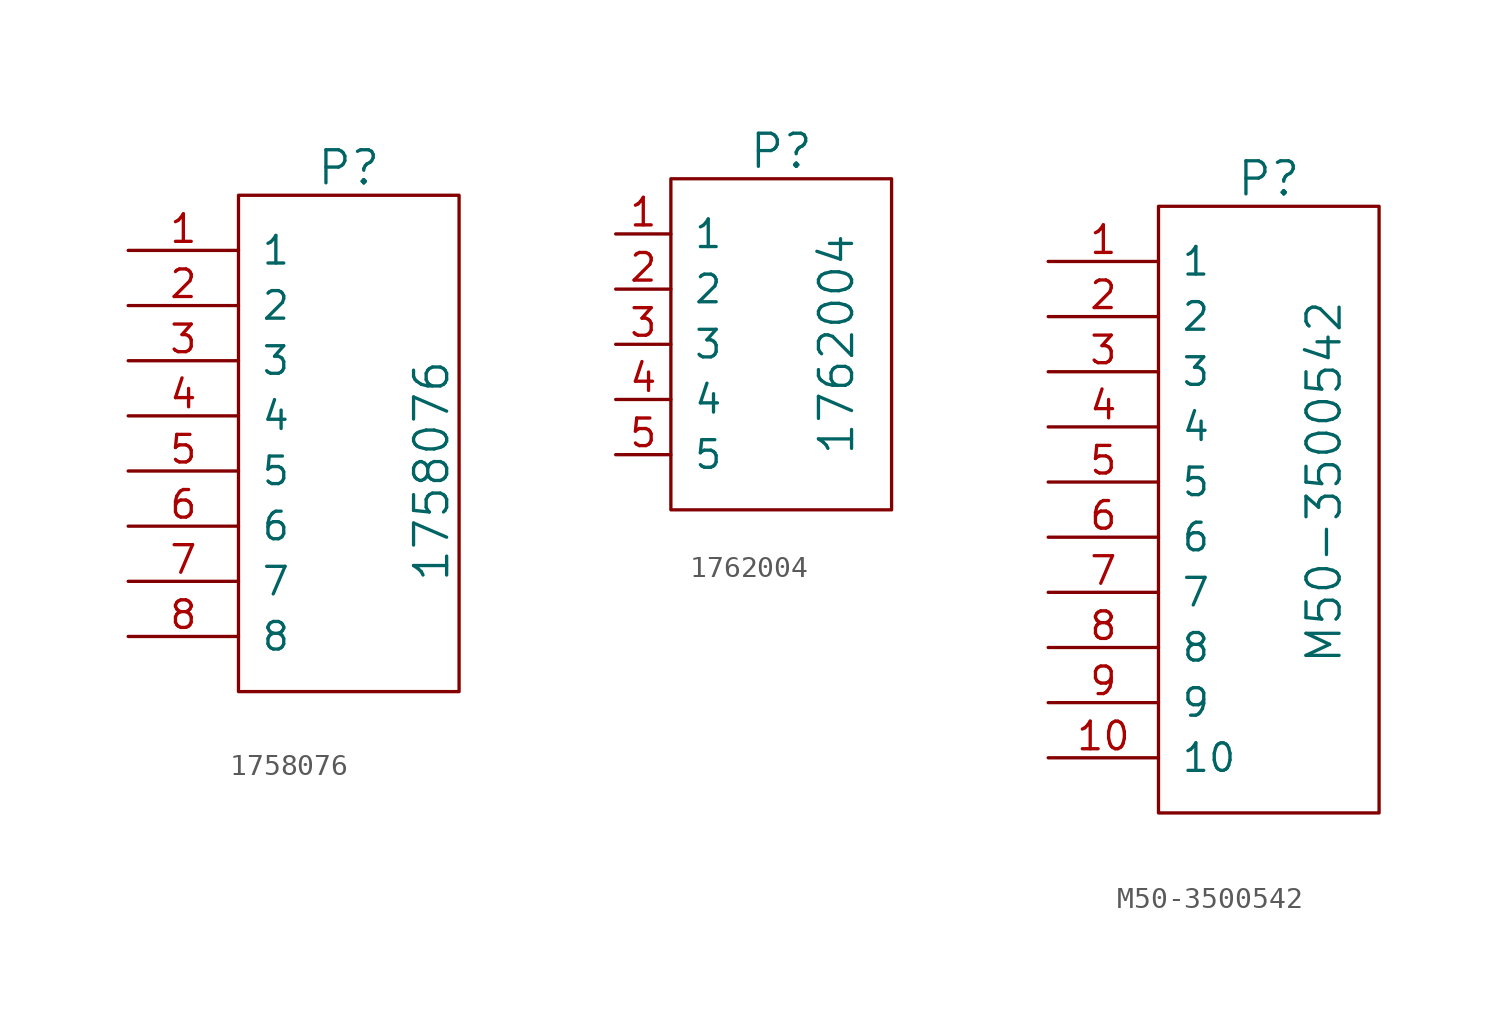
<source format=kicad_sym>
(kicad_symbol_lib
  (version 20220914)
  (generator kicad_symbol_editor)
  (symbol "1758076"
    (pin_names
      (offset 1.016))
    (property "Reference" "P"
      (at 5.08 24.13 0)
      (effects (font (size 1.524 1.524))))
    (property "Value" "1758076"
      (at 8.89 10.16 90)
      (effects (font (size 1.524 1.524))))
    (symbol "1758076_0_1"
      (rectangle (start 0 0) (end 10.16 22.86) (stroke (width 0) (type solid)) (fill (type none))))
    (symbol "1758076_1_1"
      (pin passive line (at -5.08 20.32 0) (length 5.08) (name "1" (effects (font (size 1.27 1.27)))) (number "1" (effects (font (size 1.27 1.27)))))
      (pin passive line (at -5.08 17.78 0) (length 5.08) (name "2" (effects (font (size 1.27 1.27)))) (number "2" (effects (font (size 1.27 1.27)))))
      (pin passive line (at -5.08 15.24 0) (length 5.08) (name "3" (effects (font (size 1.27 1.27)))) (number "3" (effects (font (size 1.27 1.27)))))
      (pin passive line (at -5.08 12.7 0) (length 5.08) (name "4" (effects (font (size 1.27 1.27)))) (number "4" (effects (font (size 1.27 1.27)))))
      (pin passive line (at -5.08 10.16 0) (length 5.08) (name "5" (effects (font (size 1.27 1.27)))) (number "5" (effects (font (size 1.27 1.27)))))
      (pin passive line (at -5.08 7.62 0) (length 5.08) (name "6" (effects (font (size 1.27 1.27)))) (number "6" (effects (font (size 1.27 1.27)))))
      (pin passive line (at -5.08 5.08 0) (length 5.08) (name "7" (effects (font (size 1.27 1.27)))) (number "7" (effects (font (size 1.27 1.27)))))
      (pin passive line (at -5.08 2.54 0) (length 5.08) (name "8" (effects (font (size 1.27 1.27)))) (number "8" (effects (font (size 1.27 1.27)))))))
  (symbol "1762004"
    (pin_names
      (offset 1.016))
    (property "Reference" "P"
      (at 5.08 16.51 0)
      (effects (font (size 1.524 1.524))))
    (property "Value" "1762004"
      (at 7.62 7.62 90)
      (effects (font (size 1.524 1.524))))
    (symbol "1762004_0_1"
      (rectangle (start 0 0) (end 10.16 15.24) (stroke (width 0) (type solid)) (fill (type none))))
    (symbol "1762004_1_1"
      (pin passive line (at -2.54 12.7 0) (length 2.54) (name "1" (effects (font (size 1.27 1.27)))) (number "1" (effects (font (size 1.27 1.27)))))
      (pin passive line (at -2.54 10.16 0) (length 2.54) (name "2" (effects (font (size 1.27 1.27)))) (number "2" (effects (font (size 1.27 1.27)))))
      (pin passive line (at -2.54 7.62 0) (length 2.54) (name "3" (effects (font (size 1.27 1.27)))) (number "3" (effects (font (size 1.27 1.27)))))
      (pin passive line (at -2.54 5.08 0) (length 2.54) (name "4" (effects (font (size 1.27 1.27)))) (number "4" (effects (font (size 1.27 1.27)))))
      (pin passive line (at -2.54 2.54 0) (length 2.54) (name "5" (effects (font (size 1.27 1.27)))) (number "5" (effects (font (size 1.27 1.27)))))))
  (symbol "M50-3500542"
    (pin_names
      (offset 1.016))
    (property "Reference" "P"
      (at 5.08 29.21 0)
      (effects (font (size 1.524 1.524))))
    (property "Value" "M50-3500542"
      (at 7.62 15.24 90)
      (effects (font (size 1.524 1.524))))
    (symbol "M50-3500542_0_1"
      (rectangle (start 0 0) (end 10.16 27.94) (stroke (width 0) (type solid)) (fill (type none))))
    (symbol "M50-3500542_1_1"
      (pin passive line (at -5.08 25.4 0) (length 5.08) (name "1" (effects (font (size 1.27 1.27)))) (number "1" (effects (font (size 1.27 1.27)))))
      (pin passive line (at -5.08 2.54 0) (length 5.08) (name "10" (effects (font (size 1.27 1.27)))) (number "10" (effects (font (size 1.27 1.27)))))
      (pin passive line (at -5.08 22.86 0) (length 5.08) (name "2" (effects (font (size 1.27 1.27)))) (number "2" (effects (font (size 1.27 1.27)))))
      (pin passive line (at -5.08 20.32 0) (length 5.08) (name "3" (effects (font (size 1.27 1.27)))) (number "3" (effects (font (size 1.27 1.27)))))
      (pin passive line (at -5.08 17.78 0) (length 5.08) (name "4" (effects (font (size 1.27 1.27)))) (number "4" (effects (font (size 1.27 1.27)))))
      (pin passive line (at -5.08 15.24 0) (length 5.08) (name "5" (effects (font (size 1.27 1.27)))) (number "5" (effects (font (size 1.27 1.27)))))
      (pin passive line (at -5.08 12.7 0) (length 5.08) (name "6" (effects (font (size 1.27 1.27)))) (number "6" (effects (font (size 1.27 1.27)))))
      (pin passive line (at -5.08 10.16 0) (length 5.08) (name "7" (effects (font (size 1.27 1.27)))) (number "7" (effects (font (size 1.27 1.27)))))
      (pin passive line (at -5.08 7.62 0) (length 5.08) (name "8" (effects (font (size 1.27 1.27)))) (number "8" (effects (font (size 1.27 1.27)))))
      (pin passive line (at -5.08 5.08 0) (length 5.08) (name "9" (effects (font (size 1.27 1.27)))) (number "9" (effects (font (size 1.27 1.27))))))))
</source>
